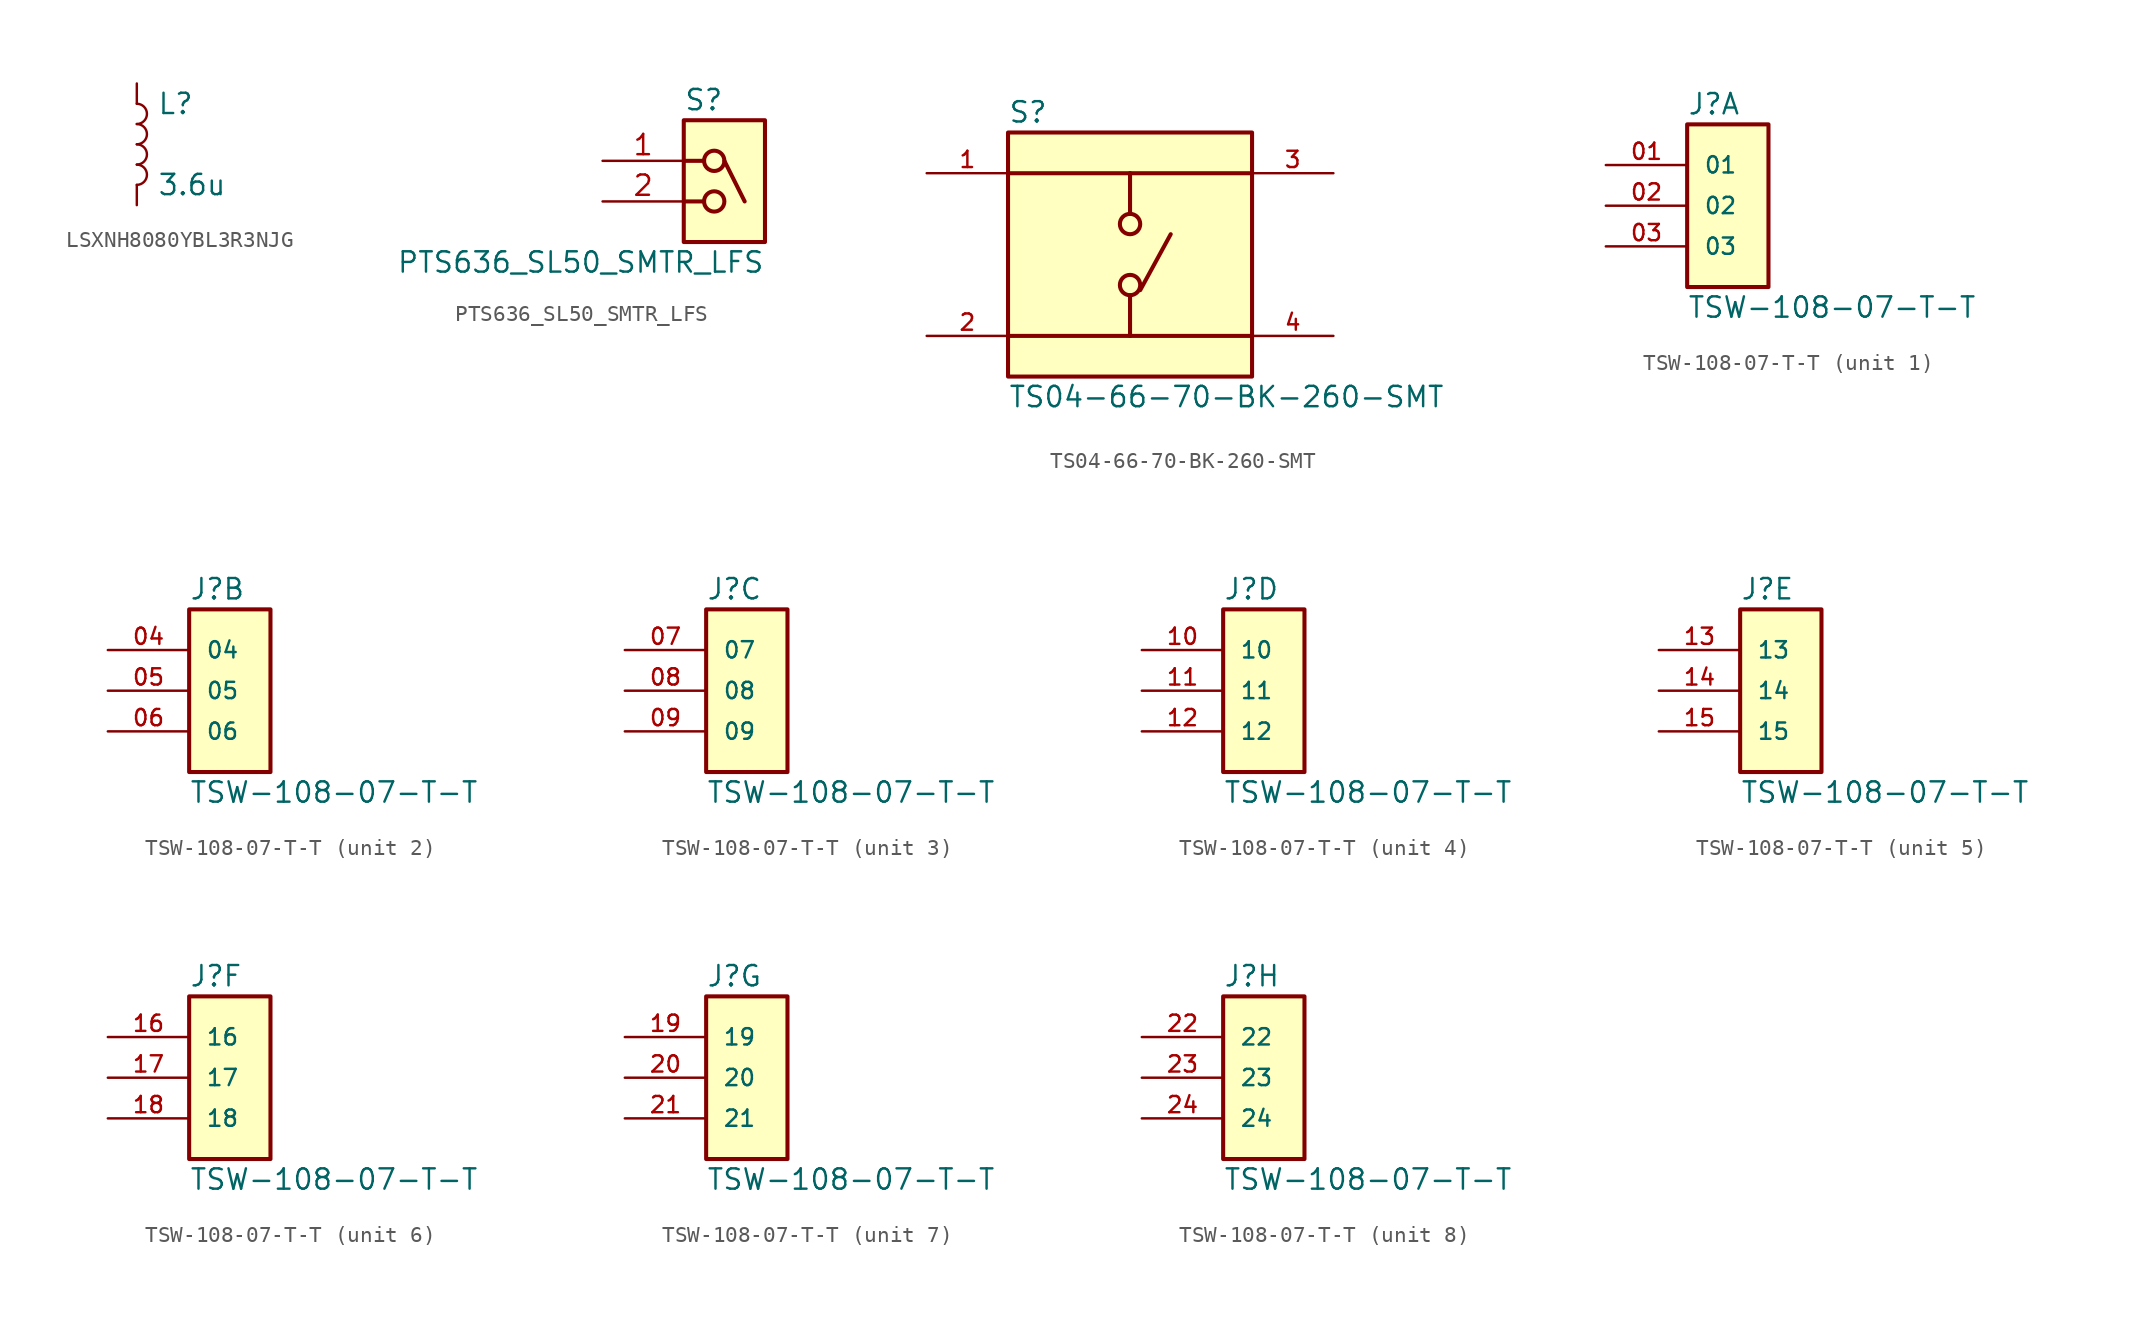
<source format=kicad_sym>
(kicad_symbol_lib
  (version 20231120)
  (generator "kicad_symbol_editor")
  (generator_version "8.0")
  (symbol "LSXNH8080YBL3R3NJG"
    (pin_numbers hide)
    (pin_names
      (offset 1.016) hide)
    (property "Reference" "L"
      (at 1.27 2.54 0)
      (effects (font (size 1.27 1.27)) (justify left)))
    (property "Value" "3.6u"
      (at 1.27 -2.54 0)
      (effects (font (size 1.27 1.27)) (justify left)))
    (symbol "LSXNH8080YBL3R3NJG_0_1"
      (arc (start 0 -2.54) (mid 0.6323 -1.905) (end 0 -1.27) (stroke (width 0) (type default)) (fill (type none)))
      (arc (start 0 -1.27) (mid 0.6323 -0.635) (end 0 0) (stroke (width 0) (type default)) (fill (type none)))
      (arc (start 0 0) (mid 0.6323 0.635) (end 0 1.27) (stroke (width 0) (type default)) (fill (type none)))
      (arc (start 0 1.27) (mid 0.6323 1.905) (end 0 2.54) (stroke (width 0) (type default)) (fill (type none))))
    (symbol "LSXNH8080YBL3R3NJG_1_1"
      (pin passive line (at 0 3.81 270) (length 1.27) (name "1" (effects (font (size 1.27 1.27)))) (number "1" (effects (font (size 1.27 1.27)))))
      (pin passive line (at 0 -3.81 90) (length 1.27) (name "2" (effects (font (size 1.27 1.27)))) (number "2" (effects (font (size 1.27 1.27)))))))
  (symbol "PTS636_SL50_SMTR_LFS"
    (property "Reference" "S"
      (at 0 5.08 0)
      (effects (font (size 1.27 1.27)) (justify left)))
    (property "Value" "PTS636_SL50_SMTR_LFS"
      (at 5.08 -5.08 0)
      (effects (font (size 1.27 1.27)) (justify right)))
    (symbol "PTS636_SL50_SMTR_LFS_0_0"
      (polyline (pts (xy 1.27 -1.27) (xy 0 -1.27)) (stroke (width 0.254) (type default)) (fill (type none)))
      (polyline (pts (xy 1.27 1.27) (xy 0 1.27)) (stroke (width 0.254) (type default)) (fill (type none)))
      (polyline (pts (xy 3.81 -1.27) (xy 2.54 1.27)) (stroke (width 0.254) (type default)) (fill (type none)))
      (circle (center 1.905 -1.27) (radius 0.635) (stroke (width 0.254) (type default)) (fill (type none)))
      (circle (center 1.905 1.27) (radius 0.635) (stroke (width 0.254) (type default)) (fill (type none))))
    (symbol "PTS636_SL50_SMTR_LFS_1_1"
      (rectangle (start 0 3.81) (end 5.08 -3.81) (stroke (width 0.254) (type default)) (fill (type background)))
      (pin passive line (at -5.08 1.27 0) (length 5.08) (name "" (effects (font (size 1.27 1.27)))) (number "1" (effects (font (size 1.27 1.27)))))
      (pin passive line (at -5.08 -1.27 0) (length 5.08) (name "" (effects (font (size 1.27 1.27)))) (number "2" (effects (font (size 1.27 1.27)))))))
  (symbol "TS04-66-70-BK-260-SMT"
    (pin_names
      (offset 1.016))
    (property "Reference" "S"
      (at -7.62 8.89 0)
      (effects (font (size 1.27 1.27)) (justify left)))
    (property "Value" "TS04-66-70-BK-260-SMT"
      (at -7.62 -8.89 0)
      (effects (font (size 1.27 1.27)) (justify left)))
    (symbol "TS04-66-70-BK-260-SMT_0_0"
      (rectangle (start -7.62 -7.62) (end 7.62 7.62) (stroke (width 0.254) (type default)) (fill (type background)))
      (circle (center 0 -1.905) (radius 0.635) (stroke (width 0.254) (type default)) (fill (type none)))
      (polyline (pts (xy 0 -5.08) (xy -7.62 -5.08)) (stroke (width 0.254) (type default)) (fill (type none)))
      (polyline (pts (xy 0 -5.08) (xy 7.62 -5.08)) (stroke (width 0.254) (type default)) (fill (type none)))
      (polyline (pts (xy 0 -2.54) (xy 0 -5.08)) (stroke (width 0.254) (type default)) (fill (type none)))
      (polyline (pts (xy 0 5.08) (xy -7.62 5.08)) (stroke (width 0.254) (type default)) (fill (type none)))
      (polyline (pts (xy 0 5.08) (xy 0 2.54)) (stroke (width 0.254) (type default)) (fill (type none)))
      (polyline (pts (xy 0 5.08) (xy 7.62 5.08)) (stroke (width 0.254) (type default)) (fill (type none)))
      (polyline (pts (xy 0.635 -2.223) (xy 2.54 1.27)) (stroke (width 0.254) (type default)) (fill (type none)))
      (circle (center 0 1.905) (radius 0.635) (stroke (width 0.254) (type default)) (fill (type none)))
      (pin passive line (at -12.7 5.08 0) (length 5.08) (name "~" (effects (font (size 1.016 1.016)))) (number "1" (effects (font (size 1.016 1.016)))))
      (pin passive line (at -12.7 -5.08 0) (length 5.08) (name "~" (effects (font (size 1.016 1.016)))) (number "2" (effects (font (size 1.016 1.016)))))
      (pin passive line (at 12.7 5.08 180) (length 5.08) (name "~" (effects (font (size 1.016 1.016)))) (number "3" (effects (font (size 1.016 1.016)))))
      (pin passive line (at 12.7 -5.08 180) (length 5.08) (name "~" (effects (font (size 1.016 1.016)))) (number "4" (effects (font (size 1.016 1.016)))))))
  (symbol "TSW-108-07-T-T"
    (pin_names
      (offset 1.016))
    (property "Reference" "J"
      (at 0 6.35 0)
      (effects (font (size 1.27 1.27)) (justify left)))
    (property "Value" "TSW-108-07-T-T"
      (at 0 -6.35 0)
      (effects (font (size 1.27 1.27)) (justify left)))
    (symbol "TSW-108-07-T-T_1_0"
      (rectangle (start 0 5.08) (end 5.08 -5.08) (stroke (width 0.254) (type default)) (fill (type background)))
      (pin passive line (at -5.08 2.54 0) (length 5.08) (name "01" (effects (font (size 1.016 1.016)))) (number "01" (effects (font (size 1.016 1.016)))))
      (pin passive line (at -5.08 0 0) (length 5.08) (name "02" (effects (font (size 1.016 1.016)))) (number "02" (effects (font (size 1.016 1.016)))))
      (pin passive line (at -5.08 -2.54 0) (length 5.08) (name "03" (effects (font (size 1.016 1.016)))) (number "03" (effects (font (size 1.016 1.016))))))
    (symbol "TSW-108-07-T-T_2_0"
      (rectangle (start 0 5.08) (end 5.08 -5.08) (stroke (width 0.254) (type default)) (fill (type background)))
      (pin passive line (at -5.08 2.54 0) (length 5.08) (name "04" (effects (font (size 1.016 1.016)))) (number "04" (effects (font (size 1.016 1.016)))))
      (pin passive line (at -5.08 0 0) (length 5.08) (name "05" (effects (font (size 1.016 1.016)))) (number "05" (effects (font (size 1.016 1.016)))))
      (pin passive line (at -5.08 -2.54 0) (length 5.08) (name "06" (effects (font (size 1.016 1.016)))) (number "06" (effects (font (size 1.016 1.016))))))
    (symbol "TSW-108-07-T-T_3_0"
      (rectangle (start 0 5.08) (end 5.08 -5.08) (stroke (width 0.254) (type default)) (fill (type background)))
      (pin passive line (at -5.08 2.54 0) (length 5.08) (name "07" (effects (font (size 1.016 1.016)))) (number "07" (effects (font (size 1.016 1.016)))))
      (pin passive line (at -5.08 0 0) (length 5.08) (name "08" (effects (font (size 1.016 1.016)))) (number "08" (effects (font (size 1.016 1.016)))))
      (pin passive line (at -5.08 -2.54 0) (length 5.08) (name "09" (effects (font (size 1.016 1.016)))) (number "09" (effects (font (size 1.016 1.016))))))
    (symbol "TSW-108-07-T-T_4_0"
      (rectangle (start 0 5.08) (end 5.08 -5.08) (stroke (width 0.254) (type default)) (fill (type background)))
      (pin passive line (at -5.08 2.54 0) (length 5.08) (name "10" (effects (font (size 1.016 1.016)))) (number "10" (effects (font (size 1.016 1.016)))))
      (pin passive line (at -5.08 0 0) (length 5.08) (name "11" (effects (font (size 1.016 1.016)))) (number "11" (effects (font (size 1.016 1.016)))))
      (pin passive line (at -5.08 -2.54 0) (length 5.08) (name "12" (effects (font (size 1.016 1.016)))) (number "12" (effects (font (size 1.016 1.016))))))
    (symbol "TSW-108-07-T-T_5_0"
      (rectangle (start 0 5.08) (end 5.08 -5.08) (stroke (width 0.254) (type default)) (fill (type background)))
      (pin passive line (at -5.08 2.54 0) (length 5.08) (name "13" (effects (font (size 1.016 1.016)))) (number "13" (effects (font (size 1.016 1.016)))))
      (pin passive line (at -5.08 0 0) (length 5.08) (name "14" (effects (font (size 1.016 1.016)))) (number "14" (effects (font (size 1.016 1.016)))))
      (pin passive line (at -5.08 -2.54 0) (length 5.08) (name "15" (effects (font (size 1.016 1.016)))) (number "15" (effects (font (size 1.016 1.016))))))
    (symbol "TSW-108-07-T-T_6_0"
      (rectangle (start 0 5.08) (end 5.08 -5.08) (stroke (width 0.254) (type default)) (fill (type background)))
      (pin passive line (at -5.08 2.54 0) (length 5.08) (name "16" (effects (font (size 1.016 1.016)))) (number "16" (effects (font (size 1.016 1.016)))))
      (pin passive line (at -5.08 0 0) (length 5.08) (name "17" (effects (font (size 1.016 1.016)))) (number "17" (effects (font (size 1.016 1.016)))))
      (pin passive line (at -5.08 -2.54 0) (length 5.08) (name "18" (effects (font (size 1.016 1.016)))) (number "18" (effects (font (size 1.016 1.016))))))
    (symbol "TSW-108-07-T-T_7_0"
      (rectangle (start 0 5.08) (end 5.08 -5.08) (stroke (width 0.254) (type default)) (fill (type background)))
      (pin passive line (at -5.08 2.54 0) (length 5.08) (name "19" (effects (font (size 1.016 1.016)))) (number "19" (effects (font (size 1.016 1.016)))))
      (pin passive line (at -5.08 0 0) (length 5.08) (name "20" (effects (font (size 1.016 1.016)))) (number "20" (effects (font (size 1.016 1.016)))))
      (pin passive line (at -5.08 -2.54 0) (length 5.08) (name "21" (effects (font (size 1.016 1.016)))) (number "21" (effects (font (size 1.016 1.016))))))
    (symbol "TSW-108-07-T-T_8_0"
      (rectangle (start 0 5.08) (end 5.08 -5.08) (stroke (width 0.254) (type default)) (fill (type background)))
      (pin passive line (at -5.08 2.54 0) (length 5.08) (name "22" (effects (font (size 1.016 1.016)))) (number "22" (effects (font (size 1.016 1.016)))))
      (pin passive line (at -5.08 0 0) (length 5.08) (name "23" (effects (font (size 1.016 1.016)))) (number "23" (effects (font (size 1.016 1.016)))))
      (pin passive line (at -5.08 -2.54 0) (length 5.08) (name "24" (effects (font (size 1.016 1.016)))) (number "24" (effects (font (size 1.016 1.016))))))))
</source>
